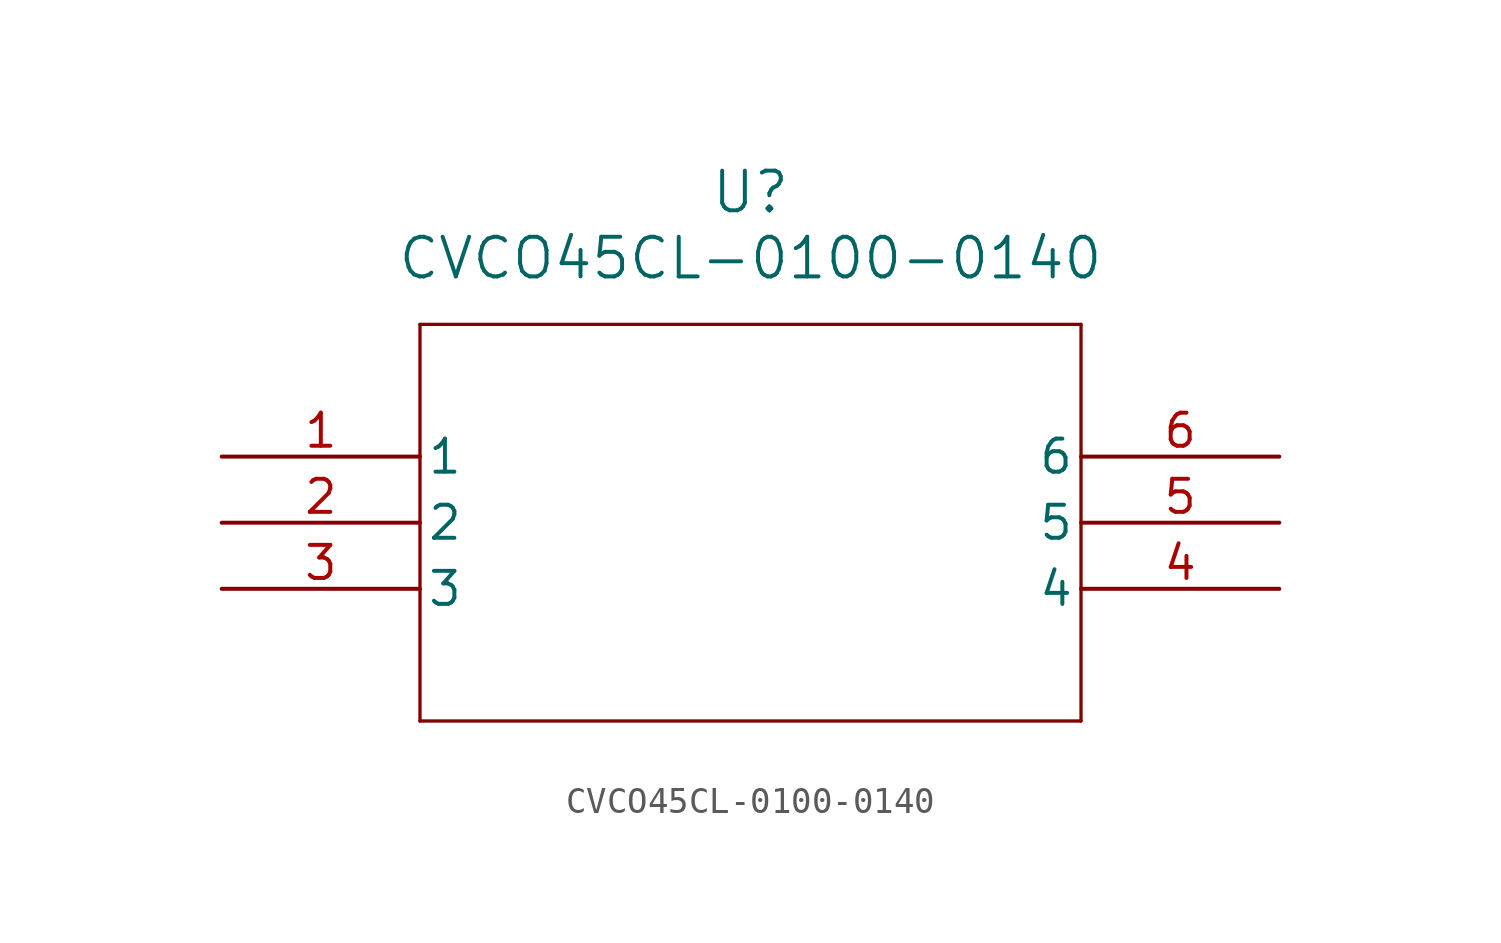
<source format=kicad_sym>
(kicad_symbol_lib
  (version 20211014)
  (generator kicad_symbol_editor)
  (symbol "CVCO45CL-0100-0140"
    (pin_names
      (offset 0.254))
    (property "Reference" "U"
      (at 20.32 10.16 0)
      (effects (font (size 1.524 1.524))))
    (property "Value" "CVCO45CL-0100-0140"
      (at 20.32 7.62 0)
      (effects (font (size 1.524 1.524))))
    (symbol "CVCO45CL-0100-0140_0_1"
      (polyline (pts (xy 7.62 5.08) (xy 7.62 -10.16)) (stroke (width 0.127) (type default) (color 0 0 0 0)) (fill (type none)))
      (polyline (pts (xy 7.62 -10.16) (xy 33.02 -10.16)) (stroke (width 0.127) (type default) (color 0 0 0 0)) (fill (type none)))
      (polyline (pts (xy 33.02 -10.16) (xy 33.02 5.08)) (stroke (width 0.127) (type default) (color 0 0 0 0)) (fill (type none)))
      (polyline (pts (xy 33.02 5.08) (xy 7.62 5.08)) (stroke (width 0.127) (type default) (color 0 0 0 0)) (fill (type none)))
      (pin unspecified line (at 0 0 0) (length 7.62) (name "1" (effects (font (size 1.27 1.27)))) (number "1" (effects (font (size 1.27 1.27)))))
      (pin power_out line (at 0 -2.54 0) (length 7.62) (name "2" (effects (font (size 1.27 1.27)))) (number "2" (effects (font (size 1.27 1.27)))))
      (pin power_in line (at 0 -5.08 0) (length 7.62) (name "3" (effects (font (size 1.27 1.27)))) (number "3" (effects (font (size 1.27 1.27)))))
      (pin output line (at 40.64 -5.08 180) (length 7.62) (name "4" (effects (font (size 1.27 1.27)))) (number "4" (effects (font (size 1.27 1.27)))))
      (pin power_out line (at 40.64 -2.54 180) (length 7.62) (name "5" (effects (font (size 1.27 1.27)))) (number "5" (effects (font (size 1.27 1.27)))))
      (pin power_out line (at 40.64 0 180) (length 7.62) (name "6" (effects (font (size 1.27 1.27)))) (number "6" (effects (font (size 1.27 1.27))))))))
</source>
